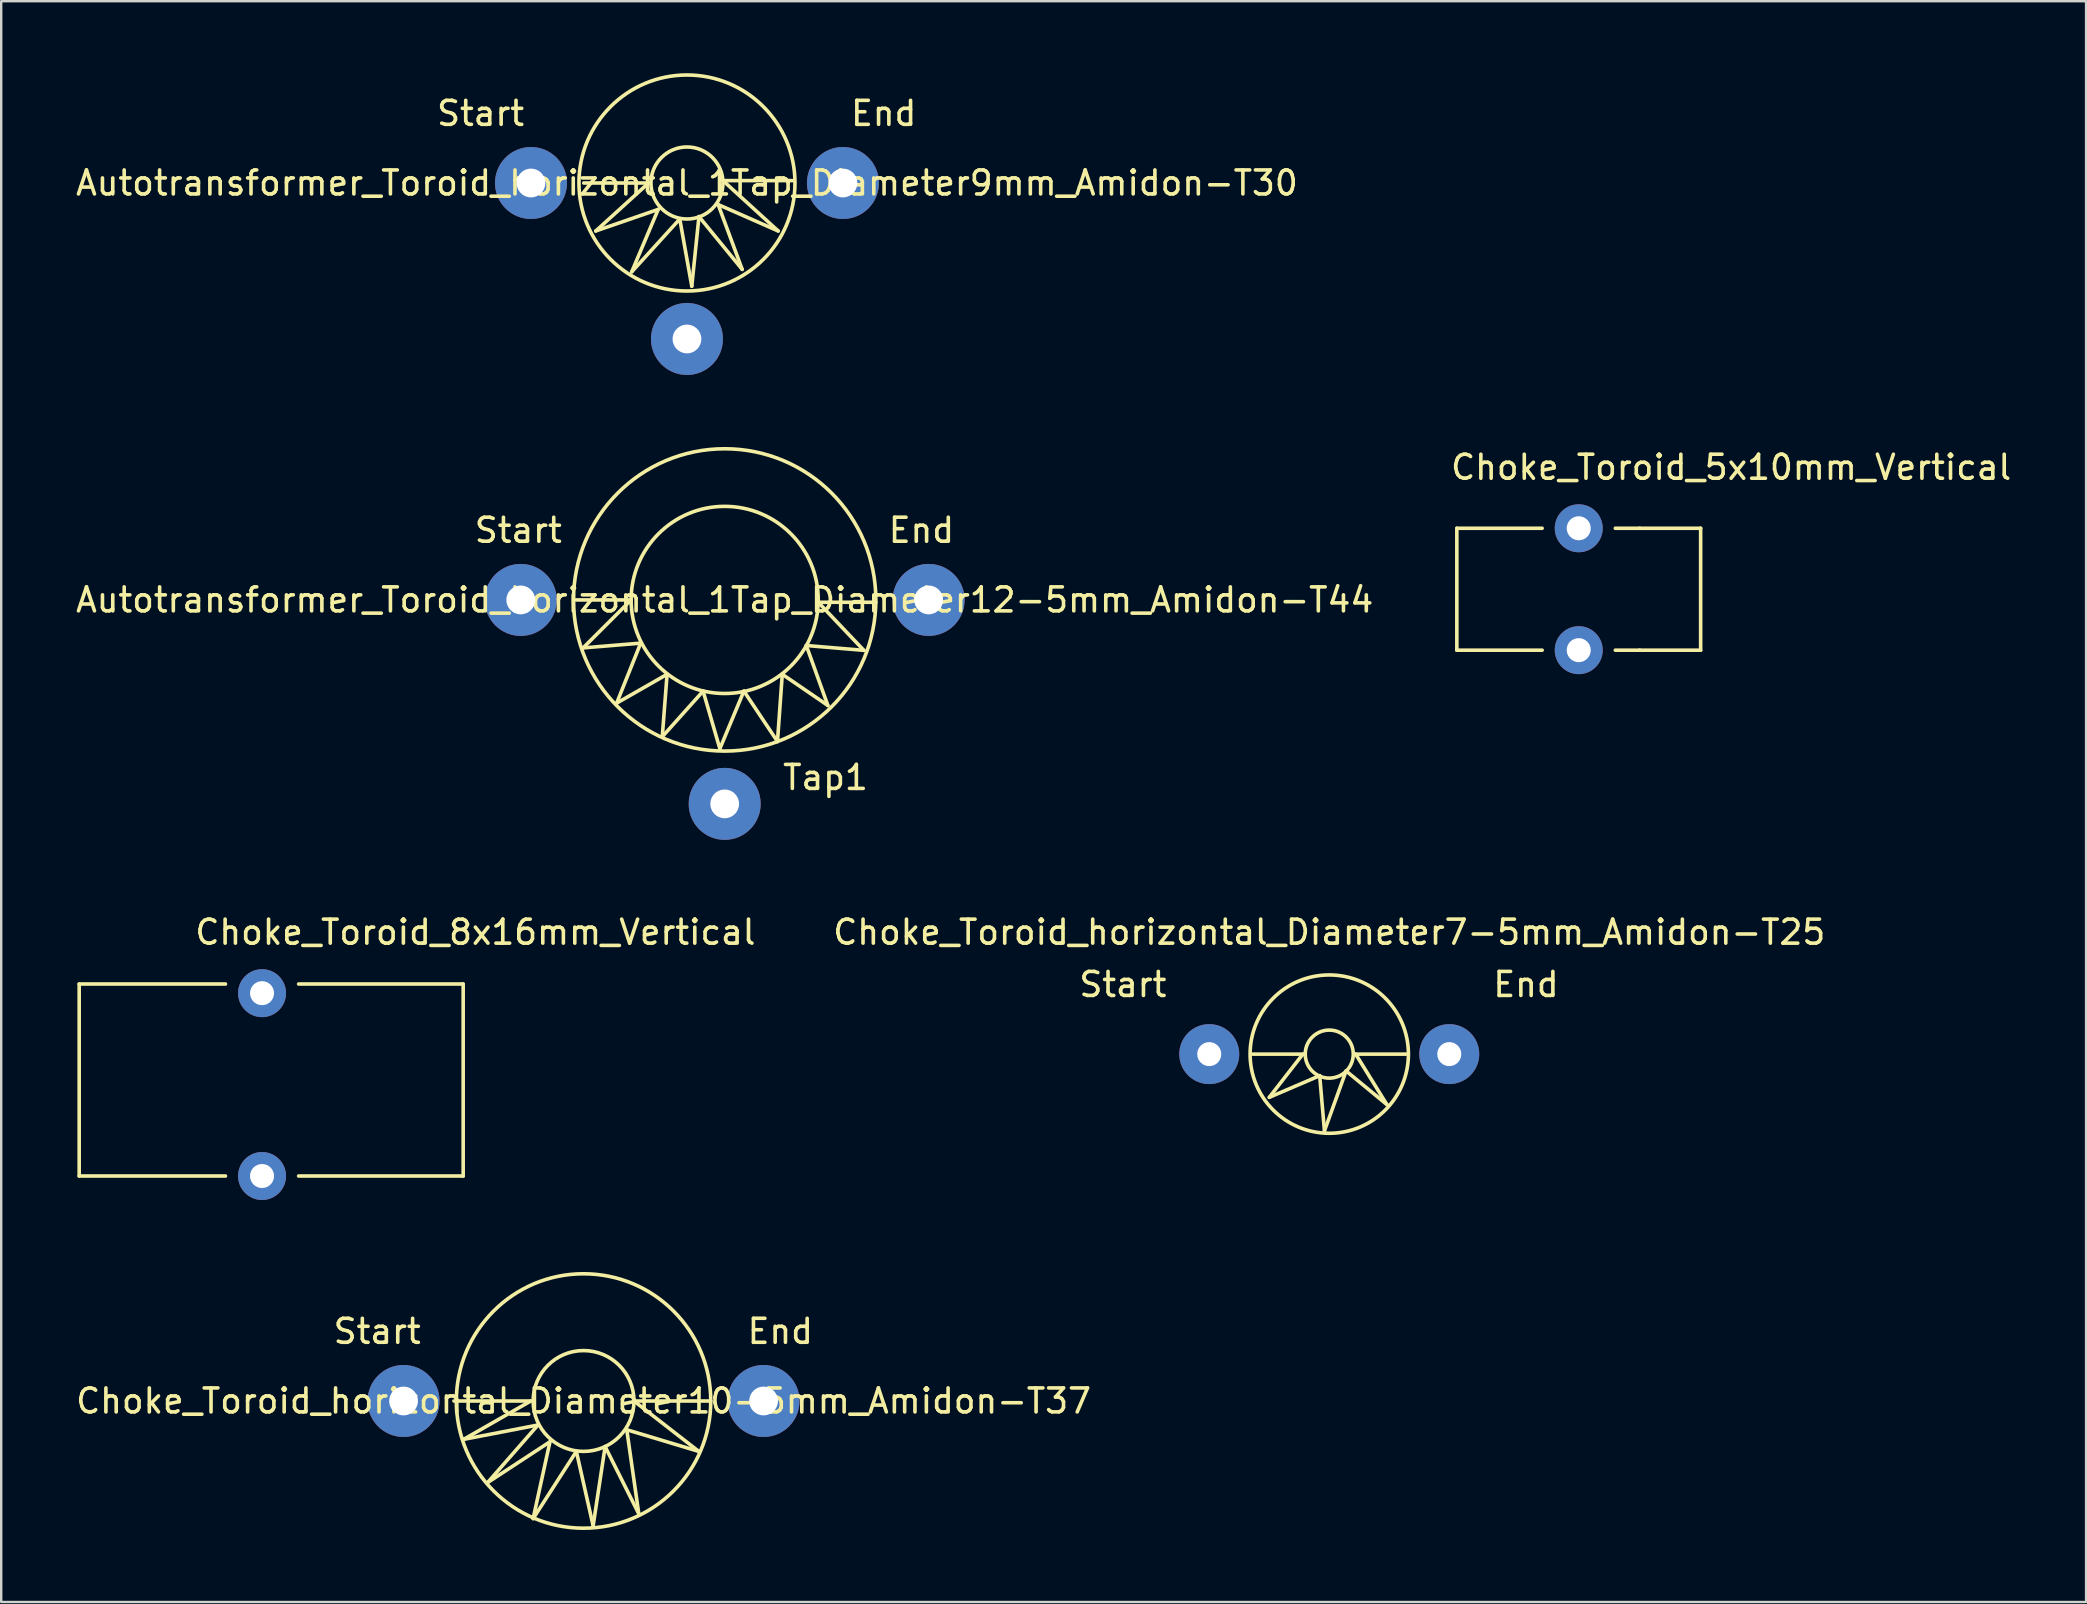
<source format=kicad_pcb>
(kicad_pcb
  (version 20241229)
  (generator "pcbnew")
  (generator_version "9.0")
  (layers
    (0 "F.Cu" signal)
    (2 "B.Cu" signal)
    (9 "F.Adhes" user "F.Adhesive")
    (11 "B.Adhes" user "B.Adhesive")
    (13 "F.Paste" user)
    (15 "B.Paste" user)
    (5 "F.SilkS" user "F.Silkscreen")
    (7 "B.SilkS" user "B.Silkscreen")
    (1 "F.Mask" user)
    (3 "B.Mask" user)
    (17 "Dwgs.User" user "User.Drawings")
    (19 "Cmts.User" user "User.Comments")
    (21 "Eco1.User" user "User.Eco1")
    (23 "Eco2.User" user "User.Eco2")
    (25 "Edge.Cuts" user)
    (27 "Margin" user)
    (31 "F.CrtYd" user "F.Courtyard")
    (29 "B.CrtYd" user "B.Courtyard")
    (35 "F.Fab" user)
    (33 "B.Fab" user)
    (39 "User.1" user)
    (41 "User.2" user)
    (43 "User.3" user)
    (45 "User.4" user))
  (footprint "Choke_Toroid_5x10mm_Vertical"
    (layer "F.Cu")
    (at 57.659 24.044)
    (property "Reference" "Choke_Toroid_5x10mm_Vertical" (at 11.43 -7.62 0) (layer "F.SilkS") (effects (font (size 1 1) (thickness 0.15))))
    (attr through_hole)
    (fp_line (start 0 -5.08) (end 0 0) (stroke (width 0.15) (type solid)) (layer "F.SilkS"))
    (fp_line (start 0 -5.08) (end 3.556 -5.08) (stroke (width 0.15) (type solid)) (layer "F.SilkS"))
    (fp_line (start 0 0) (end 3.556 0) (stroke (width 0.15) (type solid)) (layer "F.SilkS"))
    (fp_line (start 7.62 -5.08) (end 6.604 -5.08) (stroke (width 0.15) (type solid)) (layer "F.SilkS"))
    (fp_line (start 7.62 0) (end 6.604 0) (stroke (width 0.15) (type solid)) (layer "F.SilkS"))
    (fp_line (start 10.16 -5.08) (end 7.62 -5.08) (stroke (width 0.15) (type solid)) (layer "F.SilkS"))
    (fp_line (start 10.16 0) (end 7.62 0) (stroke (width 0.15) (type solid)) (layer "F.SilkS"))
    (fp_line (start 10.16 0) (end 10.16 -5.08) (stroke (width 0.15) (type solid)) (layer "F.SilkS"))
    (pad "1" thru_hole circle (at 5.08 0) (size 1.999 1.999) (drill 1.001) (layers "*.Cu" "*.Mask"))
    (pad "2" thru_hole circle (at 5.08 -5.08) (size 1.999 1.999) (drill 1.001) (layers "*.Cu" "*.Mask")))
  (footprint "Choke_Toroid_horizontal_Diameter7-5mm_Amidon-T25"
    (layer "F.Cu")
    (at 52.343 40.877)
    (property "Reference" "Choke_Toroid_horizontal_Diameter7-5mm_Amidon-T25" (at 0 -5.08 0) (layer "F.SilkS") (effects (font (size 1 1) (thickness 0.15))))
    (attr through_hole)
    (fp_line (start -3.2 0) (end -1.1 0) (stroke (width 0.15) (type solid)) (layer "F.SilkS"))
    (fp_line (start -2.499 1.801) (end -0.399 0.899) (stroke (width 0.15) (type solid)) (layer "F.SilkS"))
    (fp_line (start -1.1 0) (end -2.499 1.801) (stroke (width 0.15) (type solid)) (layer "F.SilkS"))
    (fp_line (start -0.399 0.899) (end -0.201 3.2) (stroke (width 0.15) (type solid)) (layer "F.SilkS"))
    (fp_line (start -0.201 3.2) (end 0.701 0.701) (stroke (width 0.15) (type solid)) (layer "F.SilkS"))
    (fp_line (start 0.701 0.701) (end 2.4 2.101) (stroke (width 0.15) (type solid)) (layer "F.SilkS"))
    (fp_line (start 1.1 0) (end 3.2 0) (stroke (width 0.15) (type solid)) (layer "F.SilkS"))
    (fp_line (start 2.4 2.101) (end 1.1 0) (stroke (width 0.15) (type solid)) (layer "F.SilkS"))
    (fp_circle (center 0 0) (end 1.001 0) (stroke (width 0.15) (type solid)) (fill no) (layer "F.SilkS"))
    (fp_circle (center 0 0) (end 3.299 0) (stroke (width 0.15) (type solid)) (fill no) (layer "F.SilkS"))
    (fp_text user "Start" (at -8.6 -2.901 0) (layer "F.SilkS") (effects (font (size 1 1) (thickness 0.15))))
    (fp_text user "End" (at 8.199 -2.901 0) (layer "F.SilkS") (effects (font (size 1 1) (thickness 0.15))))
    (pad "1" thru_hole circle (at -5.001 0) (size 2.499 2.499) (drill 1.001) (layers "*.Cu" "*.Mask"))
    (pad "2" thru_hole circle (at 5.001 0) (size 2.499 2.499) (drill 1.001) (layers "*.Cu" "*.Mask")))
  (footprint "Choke_Toroid_horizontal_Diameter10-5mm_Amidon-T37"
    (layer "F.Cu")
    (at 21.268 55.332)
    (property "Reference" "Choke_Toroid_horizontal_Diameter10-5mm_Amidon-T37" (at 0 0 0) (layer "F.SilkS") (effects (font (size 1 1) (thickness 0.15))))
    (attr through_hole)
    (fp_line (start -5.4 0) (end -2.2 0) (stroke (width 0.15) (type solid)) (layer "F.SilkS"))
    (fp_line (start -5.001 1.6) (end -1.9 1.001) (stroke (width 0.15) (type solid)) (layer "F.SilkS"))
    (fp_line (start -4 3.401) (end -1.4 1.699) (stroke (width 0.15) (type solid)) (layer "F.SilkS"))
    (fp_line (start -2.2 0) (end -5.001 1.6) (stroke (width 0.15) (type solid)) (layer "F.SilkS"))
    (fp_line (start -2.101 4.9) (end -0.3 2.101) (stroke (width 0.15) (type solid)) (layer "F.SilkS"))
    (fp_line (start -1.9 1.001) (end -4 3.401) (stroke (width 0.15) (type solid)) (layer "F.SilkS"))
    (fp_line (start -1.4 1.699) (end -2.101 4.9) (stroke (width 0.15) (type solid)) (layer "F.SilkS"))
    (fp_line (start -0.3 2.101) (end 0.399 5.199) (stroke (width 0.15) (type solid)) (layer "F.SilkS"))
    (fp_line (start 0.399 5.199) (end 0.899 1.9) (stroke (width 0.15) (type solid)) (layer "F.SilkS"))
    (fp_line (start 0.899 1.9) (end 2.301 4.699) (stroke (width 0.15) (type solid)) (layer "F.SilkS"))
    (fp_line (start 1.801 1.199) (end 4.801 2.101) (stroke (width 0.15) (type solid)) (layer "F.SilkS"))
    (fp_line (start 2.101 0) (end 5.301 0) (stroke (width 0.15) (type solid)) (layer "F.SilkS"))
    (fp_line (start 2.301 4.699) (end 1.801 1.199) (stroke (width 0.15) (type solid)) (layer "F.SilkS"))
    (fp_line (start 4.801 2.101) (end 2.101 0) (stroke (width 0.15) (type solid)) (layer "F.SilkS"))
    (fp_circle (center 0 0) (end 2.101 0) (stroke (width 0.15) (type solid)) (fill no) (layer "F.SilkS"))
    (fp_circle (center 0 0) (end 5.301 0) (stroke (width 0.15) (type solid)) (fill no) (layer "F.SilkS"))
    (fp_text user "End" (at 8.199 -2.901 0) (layer "F.SilkS") (effects (font (size 1 1) (thickness 0.15))))
    (fp_text user "Start" (at -8.6 -2.901 0) (layer "F.SilkS") (effects (font (size 1 1) (thickness 0.15))))
    (pad "1" thru_hole circle (at -7.501 0) (size 3 3) (drill 1.199) (layers "*.Cu" "*.Mask"))
    (pad "2" thru_hole circle (at 7.501 0) (size 3 3) (drill 1.199) (layers "*.Cu" "*.Mask")))
  (footprint "Choke_Toroid_8x16mm_Vertical"
    (layer "F.Cu")
    (at 0.25 45.957)
    (property "Reference" "Choke_Toroid_8x16mm_Vertical" (at 16.51 -10.16 0) (layer "F.SilkS") (effects (font (size 1 1) (thickness 0.15))))
    (attr through_hole)
    (fp_line (start 0 -8.001) (end 0 0) (stroke (width 0.15) (type solid)) (layer "F.SilkS"))
    (fp_line (start 0 0) (end 6.096 0) (stroke (width 0.15) (type solid)) (layer "F.SilkS"))
    (fp_line (start 6.096 -8.001) (end 0 -8.001) (stroke (width 0.15) (type solid)) (layer "F.SilkS"))
    (fp_line (start 16.002 -8.001) (end 9.144 -8.001) (stroke (width 0.15) (type solid)) (layer "F.SilkS"))
    (fp_line (start 16.002 0) (end 9.144 0) (stroke (width 0.15) (type solid)) (layer "F.SilkS"))
    (fp_line (start 16.002 0) (end 16.002 -8.001) (stroke (width 0.15) (type solid)) (layer "F.SilkS"))
    (pad "1" thru_hole circle (at 7.62 0) (size 1.999 1.999) (drill 1.001) (layers "*.Cu" "*.Mask"))
    (pad "2" thru_hole circle (at 7.62 -7.62) (size 1.999 1.999) (drill 1.001) (layers "*.Cu" "*.Mask")))
  (footprint "Autotransformer_Toroid_horizontal_1Tap_Diameter9mm_Amidon-T30"
    (layer "F.Cu")
    (at 25.577 4.576)
    (property "Reference" "Autotransformer_Toroid_horizontal_1Tap_Diameter9mm_Amidon-T30" (at 0 0 0) (layer "F.SilkS") (effects (font (size 1 1) (thickness 0.15))))
    (attr through_hole)
    (fp_line (start -4.3 0) (end -1.6 0) (stroke (width 0.15) (type solid)) (layer "F.SilkS"))
    (fp_line (start -3.8 1.999) (end -1.199 1.1) (stroke (width 0.15) (type solid)) (layer "F.SilkS"))
    (fp_line (start -2.301 3.701) (end -0.3 1.501) (stroke (width 0.15) (type solid)) (layer "F.SilkS"))
    (fp_line (start -1.6 0) (end -3.8 1.999) (stroke (width 0.15) (type solid)) (layer "F.SilkS"))
    (fp_line (start -1.199 1.1) (end -2.301 3.701) (stroke (width 0.15) (type solid)) (layer "F.SilkS"))
    (fp_line (start -0.3 1.501) (end 0.201 4.3) (stroke (width 0.15) (type solid)) (layer "F.SilkS"))
    (fp_line (start 0.201 4.3) (end 0.5 1.4) (stroke (width 0.15) (type solid)) (layer "F.SilkS"))
    (fp_line (start 0.5 1.4) (end 2.301 3.599) (stroke (width 0.15) (type solid)) (layer "F.SilkS"))
    (fp_line (start 1.3 0.899) (end 3.8 1.999) (stroke (width 0.15) (type solid)) (layer "F.SilkS"))
    (fp_line (start 1.501 -0.099) (end 4.399 -0.099) (stroke (width 0.15) (type solid)) (layer "F.SilkS"))
    (fp_line (start 2.301 3.599) (end 1.3 0.899) (stroke (width 0.15) (type solid)) (layer "F.SilkS"))
    (fp_line (start 3.8 1.999) (end 1.501 -0.099) (stroke (width 0.15) (type solid)) (layer "F.SilkS"))
    (fp_circle (center 0 0) (end 1.501 0) (stroke (width 0.15) (type solid)) (fill no) (layer "F.SilkS"))
    (fp_circle (center 0 0) (end 4.501 0) (stroke (width 0.15) (type solid)) (fill no) (layer "F.SilkS"))
    (fp_text user "Start" (at -8.6 -2.901 0) (layer "F.SilkS") (effects (font (size 1 1) (thickness 0.15))))
    (fp_text user "End" (at 8.199 -2.901 0) (layer "F.SilkS") (effects (font (size 1 1) (thickness 0.15))))
    (pad "1" thru_hole circle (at -6.5 0) (size 3 3) (drill 1.199) (layers "*.Cu" "*.Mask"))
    (pad "2" thru_hole circle (at 0 6.5) (size 3 3) (drill 1.199) (layers "*.Cu" "*.Mask"))
    (pad "3" thru_hole circle (at 6.5 0) (size 3 3) (drill 1.199) (layers "*.Cu" "*.Mask")))
  (footprint "Autotransformer_Toroid_horizontal_1Tap_Diameter12-5mm_Amidon-T44"
    (layer "F.Cu")
    (at 27.149 21.95)
    (property "Reference" "Autotransformer_Toroid_horizontal_1Tap_Diameter12-5mm_Amidon-T44" (at 0 0 0) (layer "F.SilkS") (effects (font (size 1 1) (thickness 0.15))))
    (attr through_hole)
    (fp_line (start -6.2 0) (end -3.899 0) (stroke (width 0.15) (type solid)) (layer "F.SilkS"))
    (fp_line (start -5.9 1.999) (end -3.5 1.801) (stroke (width 0.15) (type solid)) (layer "F.SilkS"))
    (fp_line (start -4.501 4.3) (end -2.4 3.099) (stroke (width 0.15) (type solid)) (layer "F.SilkS"))
    (fp_line (start -3.899 0) (end -5.9 1.999) (stroke (width 0.15) (type solid)) (layer "F.SilkS"))
    (fp_line (start -3.5 1.801) (end -4.501 4.3) (stroke (width 0.15) (type solid)) (layer "F.SilkS"))
    (fp_line (start -2.601 5.7) (end -0.899 3.8) (stroke (width 0.15) (type solid)) (layer "F.SilkS"))
    (fp_line (start -2.4 3.099) (end -2.601 5.7) (stroke (width 0.15) (type solid)) (layer "F.SilkS"))
    (fp_line (start -0.899 3.8) (end -0.201 6.2) (stroke (width 0.15) (type solid)) (layer "F.SilkS"))
    (fp_line (start -0.201 6.2) (end 0.8 3.8) (stroke (width 0.15) (type solid)) (layer "F.SilkS"))
    (fp_line (start 0.8 3.8) (end 2.2 5.9) (stroke (width 0.15) (type solid)) (layer "F.SilkS"))
    (fp_line (start 2.2 5.9) (end 2.4 3.099) (stroke (width 0.15) (type solid)) (layer "F.SilkS"))
    (fp_line (start 2.4 3.099) (end 4.3 4.399) (stroke (width 0.15) (type solid)) (layer "F.SilkS"))
    (fp_line (start 3.401 1.9) (end 5.799 2.101) (stroke (width 0.15) (type solid)) (layer "F.SilkS"))
    (fp_line (start 3.899 0.099) (end 6.299 0.099) (stroke (width 0.15) (type solid)) (layer "F.SilkS"))
    (fp_line (start 4.3 4.399) (end 3.401 1.9) (stroke (width 0.15) (type solid)) (layer "F.SilkS"))
    (fp_line (start 5.799 2.101) (end 3.899 0.099) (stroke (width 0.15) (type solid)) (layer "F.SilkS"))
    (fp_circle (center 0 0) (end 3.899 0) (stroke (width 0.15) (type solid)) (fill no) (layer "F.SilkS"))
    (fp_circle (center 0 0) (end 6.299 0) (stroke (width 0.15) (type solid)) (fill no) (layer "F.SilkS"))
    (fp_text user "Tap1" (at 4.201 7.399 0) (layer "F.SilkS") (effects (font (size 1 1) (thickness 0.15))))
    (fp_text user "End" (at 8.199 -2.901 0) (layer "F.SilkS") (effects (font (size 1 1) (thickness 0.15))))
    (fp_text user "Start" (at -8.6 -2.901 0) (layer "F.SilkS") (effects (font (size 1 1) (thickness 0.15))))
    (pad "1" thru_hole circle (at -8.499 0) (size 3 3) (drill 1.199) (layers "*.Cu" "*.Mask"))
    (pad "2" thru_hole circle (at 0 8.499) (size 3 3) (drill 1.199) (layers "*.Cu" "*.Mask"))
    (pad "3" thru_hole circle (at 8.499 0) (size 3 3) (drill 1.199) (layers "*.Cu" "*.Mask")))
  (gr_rect
    (start -3 -3)
    (end 83.881 63.708)
    (stroke (width 0.1) (type default))
    (fill no)
    (layer "Edge.Cuts")))
</source>
